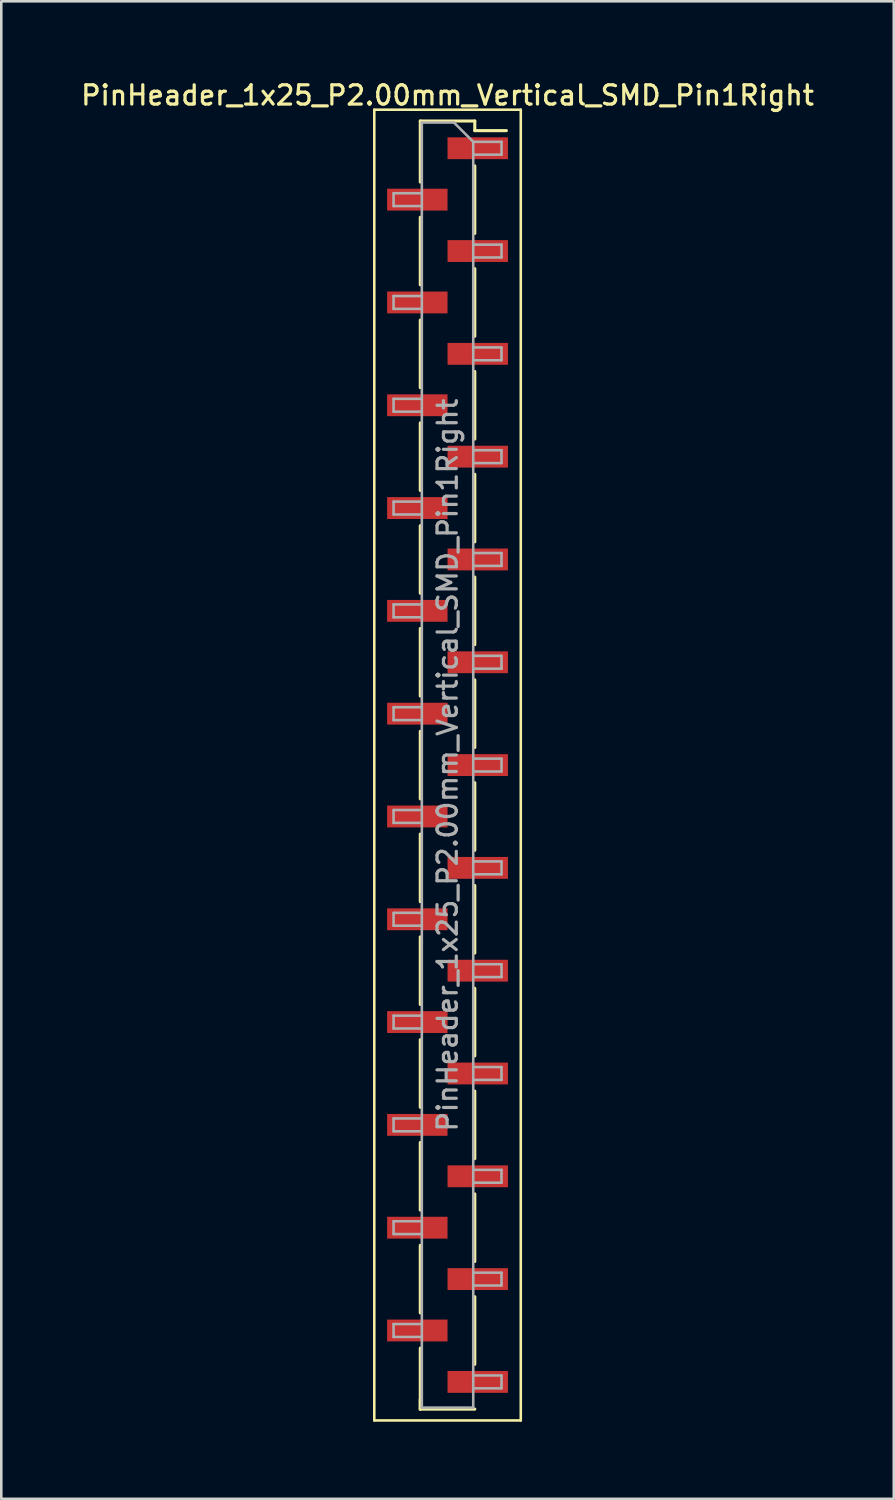
<source format=kicad_pcb>
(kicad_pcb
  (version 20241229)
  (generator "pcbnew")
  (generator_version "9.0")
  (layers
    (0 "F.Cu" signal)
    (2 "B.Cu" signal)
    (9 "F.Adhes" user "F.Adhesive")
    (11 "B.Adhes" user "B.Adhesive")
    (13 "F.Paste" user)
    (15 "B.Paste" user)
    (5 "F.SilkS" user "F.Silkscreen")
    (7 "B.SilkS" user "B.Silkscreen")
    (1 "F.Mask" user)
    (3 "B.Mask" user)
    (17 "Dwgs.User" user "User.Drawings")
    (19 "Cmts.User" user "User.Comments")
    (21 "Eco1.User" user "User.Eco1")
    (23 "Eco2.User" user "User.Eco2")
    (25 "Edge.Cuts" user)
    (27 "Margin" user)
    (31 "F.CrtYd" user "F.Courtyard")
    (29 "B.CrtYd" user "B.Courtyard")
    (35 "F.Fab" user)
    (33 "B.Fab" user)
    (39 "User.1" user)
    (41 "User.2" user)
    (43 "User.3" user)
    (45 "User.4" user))
  (footprint "PinHeader_1x25_P2.00mm_Vertical_SMD_Pin1Right"
    (layer "F.Cu")
    (at 14.363 26.718)
    (property "Reference" "PinHeader_1x25_P2.00mm_Vertical_SMD_Pin1Right" (at 0 -26.06 0) (layer "F.SilkS") (effects (font (size 0.75 0.75) (thickness 0.125))))
    (attr smd)
    (fp_line (start -2.85 -25.5) (end -2.85 25.5) (stroke (width 0.1) (type solid)) (layer "F.SilkS"))
    (fp_line (start -2.85 25.5) (end 2.85 25.5) (stroke (width 0.1) (type solid)) (layer "F.SilkS"))
    (fp_line (start -1.06 -25.06) (end -1.06 -22.685) (stroke (width 0.12) (type solid)) (layer "F.SilkS"))
    (fp_line (start -1.06 -25.06) (end 1.06 -25.06) (stroke (width 0.12) (type solid)) (layer "F.SilkS"))
    (fp_line (start -1.06 -21.315) (end -1.06 -18.685) (stroke (width 0.12) (type solid)) (layer "F.SilkS"))
    (fp_line (start -1.06 -17.315) (end -1.06 -14.685) (stroke (width 0.12) (type solid)) (layer "F.SilkS"))
    (fp_line (start -1.06 -13.315) (end -1.06 -10.685) (stroke (width 0.12) (type solid)) (layer "F.SilkS"))
    (fp_line (start -1.06 -9.315) (end -1.06 -6.685) (stroke (width 0.12) (type solid)) (layer "F.SilkS"))
    (fp_line (start -1.06 -5.315) (end -1.06 -2.685) (stroke (width 0.12) (type solid)) (layer "F.SilkS"))
    (fp_line (start -1.06 -1.315) (end -1.06 1.315) (stroke (width 0.12) (type solid)) (layer "F.SilkS"))
    (fp_line (start -1.06 2.685) (end -1.06 5.315) (stroke (width 0.12) (type solid)) (layer "F.SilkS"))
    (fp_line (start -1.06 6.685) (end -1.06 9.315) (stroke (width 0.12) (type solid)) (layer "F.SilkS"))
    (fp_line (start -1.06 10.685) (end -1.06 13.315) (stroke (width 0.12) (type solid)) (layer "F.SilkS"))
    (fp_line (start -1.06 14.685) (end -1.06 17.315) (stroke (width 0.12) (type solid)) (layer "F.SilkS"))
    (fp_line (start -1.06 18.685) (end -1.06 21.315) (stroke (width 0.12) (type solid)) (layer "F.SilkS"))
    (fp_line (start -1.06 22.685) (end -1.06 25.06) (stroke (width 0.12) (type solid)) (layer "F.SilkS"))
    (fp_line (start -1.06 24.685) (end -1.06 25.06) (stroke (width 0.12) (type solid)) (layer "F.SilkS"))
    (fp_line (start -1.06 25.06) (end 1.06 25.06) (stroke (width 0.12) (type solid)) (layer "F.SilkS"))
    (fp_line (start 1.06 -25.06) (end 1.06 -24.685) (stroke (width 0.12) (type solid)) (layer "F.SilkS"))
    (fp_line (start 1.06 -24.685) (end 2.29 -24.685) (stroke (width 0.12) (type solid)) (layer "F.SilkS"))
    (fp_line (start 1.06 -23.315) (end 1.06 -20.685) (stroke (width 0.12) (type solid)) (layer "F.SilkS"))
    (fp_line (start 1.06 -19.315) (end 1.06 -16.685) (stroke (width 0.12) (type solid)) (layer "F.SilkS"))
    (fp_line (start 1.06 -15.315) (end 1.06 -12.685) (stroke (width 0.12) (type solid)) (layer "F.SilkS"))
    (fp_line (start 1.06 -11.315) (end 1.06 -8.685) (stroke (width 0.12) (type solid)) (layer "F.SilkS"))
    (fp_line (start 1.06 -7.315) (end 1.06 -4.685) (stroke (width 0.12) (type solid)) (layer "F.SilkS"))
    (fp_line (start 1.06 -3.315) (end 1.06 -0.685) (stroke (width 0.12) (type solid)) (layer "F.SilkS"))
    (fp_line (start 1.06 0.685) (end 1.06 3.315) (stroke (width 0.12) (type solid)) (layer "F.SilkS"))
    (fp_line (start 1.06 4.685) (end 1.06 7.315) (stroke (width 0.12) (type solid)) (layer "F.SilkS"))
    (fp_line (start 1.06 8.685) (end 1.06 11.315) (stroke (width 0.12) (type solid)) (layer "F.SilkS"))
    (fp_line (start 1.06 12.685) (end 1.06 15.315) (stroke (width 0.12) (type solid)) (layer "F.SilkS"))
    (fp_line (start 1.06 16.685) (end 1.06 19.315) (stroke (width 0.12) (type solid)) (layer "F.SilkS"))
    (fp_line (start 1.06 20.685) (end 1.06 23.315) (stroke (width 0.12) (type solid)) (layer "F.SilkS"))
    (fp_line (start 2.85 -25.5) (end -2.85 -25.5) (stroke (width 0.1) (type solid)) (layer "F.SilkS"))
    (fp_line (start 2.85 25.5) (end 2.85 -25.5) (stroke (width 0.1) (type solid)) (layer "F.SilkS"))
    (fp_line (start -2.1 -22.25) (end -2.1 -21.75) (stroke (width 0.1) (type solid)) (layer "F.Fab"))
    (fp_line (start -2.1 -21.75) (end -1 -21.75) (stroke (width 0.1) (type solid)) (layer "F.Fab"))
    (fp_line (start -2.1 -18.25) (end -2.1 -17.75) (stroke (width 0.1) (type solid)) (layer "F.Fab"))
    (fp_line (start -2.1 -17.75) (end -1 -17.75) (stroke (width 0.1) (type solid)) (layer "F.Fab"))
    (fp_line (start -2.1 -14.25) (end -2.1 -13.75) (stroke (width 0.1) (type solid)) (layer "F.Fab"))
    (fp_line (start -2.1 -13.75) (end -1 -13.75) (stroke (width 0.1) (type solid)) (layer "F.Fab"))
    (fp_line (start -2.1 -10.25) (end -2.1 -9.75) (stroke (width 0.1) (type solid)) (layer "F.Fab"))
    (fp_line (start -2.1 -9.75) (end -1 -9.75) (stroke (width 0.1) (type solid)) (layer "F.Fab"))
    (fp_line (start -2.1 -6.25) (end -2.1 -5.75) (stroke (width 0.1) (type solid)) (layer "F.Fab"))
    (fp_line (start -2.1 -5.75) (end -1 -5.75) (stroke (width 0.1) (type solid)) (layer "F.Fab"))
    (fp_line (start -2.1 -2.25) (end -2.1 -1.75) (stroke (width 0.1) (type solid)) (layer "F.Fab"))
    (fp_line (start -2.1 -1.75) (end -1 -1.75) (stroke (width 0.1) (type solid)) (layer "F.Fab"))
    (fp_line (start -2.1 1.75) (end -2.1 2.25) (stroke (width 0.1) (type solid)) (layer "F.Fab"))
    (fp_line (start -2.1 2.25) (end -1 2.25) (stroke (width 0.1) (type solid)) (layer "F.Fab"))
    (fp_line (start -2.1 5.75) (end -2.1 6.25) (stroke (width 0.1) (type solid)) (layer "F.Fab"))
    (fp_line (start -2.1 6.25) (end -1 6.25) (stroke (width 0.1) (type solid)) (layer "F.Fab"))
    (fp_line (start -2.1 9.75) (end -2.1 10.25) (stroke (width 0.1) (type solid)) (layer "F.Fab"))
    (fp_line (start -2.1 10.25) (end -1 10.25) (stroke (width 0.1) (type solid)) (layer "F.Fab"))
    (fp_line (start -2.1 13.75) (end -2.1 14.25) (stroke (width 0.1) (type solid)) (layer "F.Fab"))
    (fp_line (start -2.1 14.25) (end -1 14.25) (stroke (width 0.1) (type solid)) (layer "F.Fab"))
    (fp_line (start -2.1 17.75) (end -2.1 18.25) (stroke (width 0.1) (type solid)) (layer "F.Fab"))
    (fp_line (start -2.1 18.25) (end -1 18.25) (stroke (width 0.1) (type solid)) (layer "F.Fab"))
    (fp_line (start -2.1 21.75) (end -2.1 22.25) (stroke (width 0.1) (type solid)) (layer "F.Fab"))
    (fp_line (start -2.1 22.25) (end -1 22.25) (stroke (width 0.1) (type solid)) (layer "F.Fab"))
    (fp_line (start -1 -25) (end -1 25) (stroke (width 0.1) (type solid)) (layer "F.Fab"))
    (fp_line (start -1 -25) (end 0.25 -25) (stroke (width 0.1) (type solid)) (layer "F.Fab"))
    (fp_line (start -1 -22.25) (end -2.1 -22.25) (stroke (width 0.1) (type solid)) (layer "F.Fab"))
    (fp_line (start -1 -18.25) (end -2.1 -18.25) (stroke (width 0.1) (type solid)) (layer "F.Fab"))
    (fp_line (start -1 -14.25) (end -2.1 -14.25) (stroke (width 0.1) (type solid)) (layer "F.Fab"))
    (fp_line (start -1 -10.25) (end -2.1 -10.25) (stroke (width 0.1) (type solid)) (layer "F.Fab"))
    (fp_line (start -1 -6.25) (end -2.1 -6.25) (stroke (width 0.1) (type solid)) (layer "F.Fab"))
    (fp_line (start -1 -2.25) (end -2.1 -2.25) (stroke (width 0.1) (type solid)) (layer "F.Fab"))
    (fp_line (start -1 1.75) (end -2.1 1.75) (stroke (width 0.1) (type solid)) (layer "F.Fab"))
    (fp_line (start -1 5.75) (end -2.1 5.75) (stroke (width 0.1) (type solid)) (layer "F.Fab"))
    (fp_line (start -1 9.75) (end -2.1 9.75) (stroke (width 0.1) (type solid)) (layer "F.Fab"))
    (fp_line (start -1 13.75) (end -2.1 13.75) (stroke (width 0.1) (type solid)) (layer "F.Fab"))
    (fp_line (start -1 17.75) (end -2.1 17.75) (stroke (width 0.1) (type solid)) (layer "F.Fab"))
    (fp_line (start -1 21.75) (end -2.1 21.75) (stroke (width 0.1) (type solid)) (layer "F.Fab"))
    (fp_line (start 1 -24.25) (end 0.25 -25) (stroke (width 0.1) (type solid)) (layer "F.Fab"))
    (fp_line (start 1 -24.25) (end 2.1 -24.25) (stroke (width 0.1) (type solid)) (layer "F.Fab"))
    (fp_line (start 1 -20.25) (end 2.1 -20.25) (stroke (width 0.1) (type solid)) (layer "F.Fab"))
    (fp_line (start 1 -16.25) (end 2.1 -16.25) (stroke (width 0.1) (type solid)) (layer "F.Fab"))
    (fp_line (start 1 -12.25) (end 2.1 -12.25) (stroke (width 0.1) (type solid)) (layer "F.Fab"))
    (fp_line (start 1 -8.25) (end 2.1 -8.25) (stroke (width 0.1) (type solid)) (layer "F.Fab"))
    (fp_line (start 1 -4.25) (end 2.1 -4.25) (stroke (width 0.1) (type solid)) (layer "F.Fab"))
    (fp_line (start 1 -0.25) (end 2.1 -0.25) (stroke (width 0.1) (type solid)) (layer "F.Fab"))
    (fp_line (start 1 3.75) (end 2.1 3.75) (stroke (width 0.1) (type solid)) (layer "F.Fab"))
    (fp_line (start 1 7.75) (end 2.1 7.75) (stroke (width 0.1) (type solid)) (layer "F.Fab"))
    (fp_line (start 1 11.75) (end 2.1 11.75) (stroke (width 0.1) (type solid)) (layer "F.Fab"))
    (fp_line (start 1 15.75) (end 2.1 15.75) (stroke (width 0.1) (type solid)) (layer "F.Fab"))
    (fp_line (start 1 19.75) (end 2.1 19.75) (stroke (width 0.1) (type solid)) (layer "F.Fab"))
    (fp_line (start 1 23.75) (end 2.1 23.75) (stroke (width 0.1) (type solid)) (layer "F.Fab"))
    (fp_line (start 1 25) (end -1 25) (stroke (width 0.1) (type solid)) (layer "F.Fab"))
    (fp_line (start 1 25) (end 1 -24.25) (stroke (width 0.1) (type solid)) (layer "F.Fab"))
    (fp_line (start 2.1 -24.25) (end 2.1 -23.75) (stroke (width 0.1) (type solid)) (layer "F.Fab"))
    (fp_line (start 2.1 -23.75) (end 1 -23.75) (stroke (width 0.1) (type solid)) (layer "F.Fab"))
    (fp_line (start 2.1 -20.25) (end 2.1 -19.75) (stroke (width 0.1) (type solid)) (layer "F.Fab"))
    (fp_line (start 2.1 -19.75) (end 1 -19.75) (stroke (width 0.1) (type solid)) (layer "F.Fab"))
    (fp_line (start 2.1 -16.25) (end 2.1 -15.75) (stroke (width 0.1) (type solid)) (layer "F.Fab"))
    (fp_line (start 2.1 -15.75) (end 1 -15.75) (stroke (width 0.1) (type solid)) (layer "F.Fab"))
    (fp_line (start 2.1 -12.25) (end 2.1 -11.75) (stroke (width 0.1) (type solid)) (layer "F.Fab"))
    (fp_line (start 2.1 -11.75) (end 1 -11.75) (stroke (width 0.1) (type solid)) (layer "F.Fab"))
    (fp_line (start 2.1 -8.25) (end 2.1 -7.75) (stroke (width 0.1) (type solid)) (layer "F.Fab"))
    (fp_line (start 2.1 -7.75) (end 1 -7.75) (stroke (width 0.1) (type solid)) (layer "F.Fab"))
    (fp_line (start 2.1 -4.25) (end 2.1 -3.75) (stroke (width 0.1) (type solid)) (layer "F.Fab"))
    (fp_line (start 2.1 -3.75) (end 1 -3.75) (stroke (width 0.1) (type solid)) (layer "F.Fab"))
    (fp_line (start 2.1 -0.25) (end 2.1 0.25) (stroke (width 0.1) (type solid)) (layer "F.Fab"))
    (fp_line (start 2.1 0.25) (end 1 0.25) (stroke (width 0.1) (type solid)) (layer "F.Fab"))
    (fp_line (start 2.1 3.75) (end 2.1 4.25) (stroke (width 0.1) (type solid)) (layer "F.Fab"))
    (fp_line (start 2.1 4.25) (end 1 4.25) (stroke (width 0.1) (type solid)) (layer "F.Fab"))
    (fp_line (start 2.1 7.75) (end 2.1 8.25) (stroke (width 0.1) (type solid)) (layer "F.Fab"))
    (fp_line (start 2.1 8.25) (end 1 8.25) (stroke (width 0.1) (type solid)) (layer "F.Fab"))
    (fp_line (start 2.1 11.75) (end 2.1 12.25) (stroke (width 0.1) (type solid)) (layer "F.Fab"))
    (fp_line (start 2.1 12.25) (end 1 12.25) (stroke (width 0.1) (type solid)) (layer "F.Fab"))
    (fp_line (start 2.1 15.75) (end 2.1 16.25) (stroke (width 0.1) (type solid)) (layer "F.Fab"))
    (fp_line (start 2.1 16.25) (end 1 16.25) (stroke (width 0.1) (type solid)) (layer "F.Fab"))
    (fp_line (start 2.1 19.75) (end 2.1 20.25) (stroke (width 0.1) (type solid)) (layer "F.Fab"))
    (fp_line (start 2.1 20.25) (end 1 20.25) (stroke (width 0.1) (type solid)) (layer "F.Fab"))
    (fp_line (start 2.1 23.75) (end 2.1 24.25) (stroke (width 0.1) (type solid)) (layer "F.Fab"))
    (fp_line (start 2.1 24.25) (end 1 24.25) (stroke (width 0.1) (type solid)) (layer "F.Fab"))
    (fp_text user "${REFERENCE}" (at 0 0 90) (layer "F.Fab") (effects (font (size 0.75 0.75) (thickness 0.125))))
    (pad "1" smd rect (at 1.175 -24) (size 2.35 0.85) (layers "F.Cu" "F.Mask" "F.Paste"))
    (pad "2" smd rect (at -1.175 -22) (size 2.35 0.85) (layers "F.Cu" "F.Mask" "F.Paste"))
    (pad "3" smd rect (at 1.175 -20) (size 2.35 0.85) (layers "F.Cu" "F.Mask" "F.Paste"))
    (pad "4" smd rect (at -1.175 -18) (size 2.35 0.85) (layers "F.Cu" "F.Mask" "F.Paste"))
    (pad "5" smd rect (at 1.175 -16) (size 2.35 0.85) (layers "F.Cu" "F.Mask" "F.Paste"))
    (pad "6" smd rect (at -1.175 -14) (size 2.35 0.85) (layers "F.Cu" "F.Mask" "F.Paste"))
    (pad "7" smd rect (at 1.175 -12) (size 2.35 0.85) (layers "F.Cu" "F.Mask" "F.Paste"))
    (pad "8" smd rect (at -1.175 -10) (size 2.35 0.85) (layers "F.Cu" "F.Mask" "F.Paste"))
    (pad "9" smd rect (at 1.175 -8) (size 2.35 0.85) (layers "F.Cu" "F.Mask" "F.Paste"))
    (pad "10" smd rect (at -1.175 -6) (size 2.35 0.85) (layers "F.Cu" "F.Mask" "F.Paste"))
    (pad "11" smd rect (at 1.175 -4) (size 2.35 0.85) (layers "F.Cu" "F.Mask" "F.Paste"))
    (pad "12" smd rect (at -1.175 -2) (size 2.35 0.85) (layers "F.Cu" "F.Mask" "F.Paste"))
    (pad "13" smd rect (at 1.175 0) (size 2.35 0.85) (layers "F.Cu" "F.Mask" "F.Paste"))
    (pad "14" smd rect (at -1.175 2) (size 2.35 0.85) (layers "F.Cu" "F.Mask" "F.Paste"))
    (pad "15" smd rect (at 1.175 4) (size 2.35 0.85) (layers "F.Cu" "F.Mask" "F.Paste"))
    (pad "16" smd rect (at -1.175 6) (size 2.35 0.85) (layers "F.Cu" "F.Mask" "F.Paste"))
    (pad "17" smd rect (at 1.175 8) (size 2.35 0.85) (layers "F.Cu" "F.Mask" "F.Paste"))
    (pad "18" smd rect (at -1.175 10) (size 2.35 0.85) (layers "F.Cu" "F.Mask" "F.Paste"))
    (pad "19" smd rect (at 1.175 12) (size 2.35 0.85) (layers "F.Cu" "F.Mask" "F.Paste"))
    (pad "20" smd rect (at -1.175 14) (size 2.35 0.85) (layers "F.Cu" "F.Mask" "F.Paste"))
    (pad "21" smd rect (at 1.175 16) (size 2.35 0.85) (layers "F.Cu" "F.Mask" "F.Paste"))
    (pad "22" smd rect (at -1.175 18) (size 2.35 0.85) (layers "F.Cu" "F.Mask" "F.Paste"))
    (pad "23" smd rect (at 1.175 20) (size 2.35 0.85) (layers "F.Cu" "F.Mask" "F.Paste"))
    (pad "24" smd rect (at -1.175 22) (size 2.35 0.85) (layers "F.Cu" "F.Mask" "F.Paste"))
    (pad "25" smd rect (at 1.175 24) (size 2.35 0.85) (layers "F.Cu" "F.Mask" "F.Paste")))
  (gr_rect
    (start -3 -3)
    (end 31.725 55.268)
    (stroke (width 0.1) (type default))
    (fill no)
    (layer "Edge.Cuts")))
</source>
